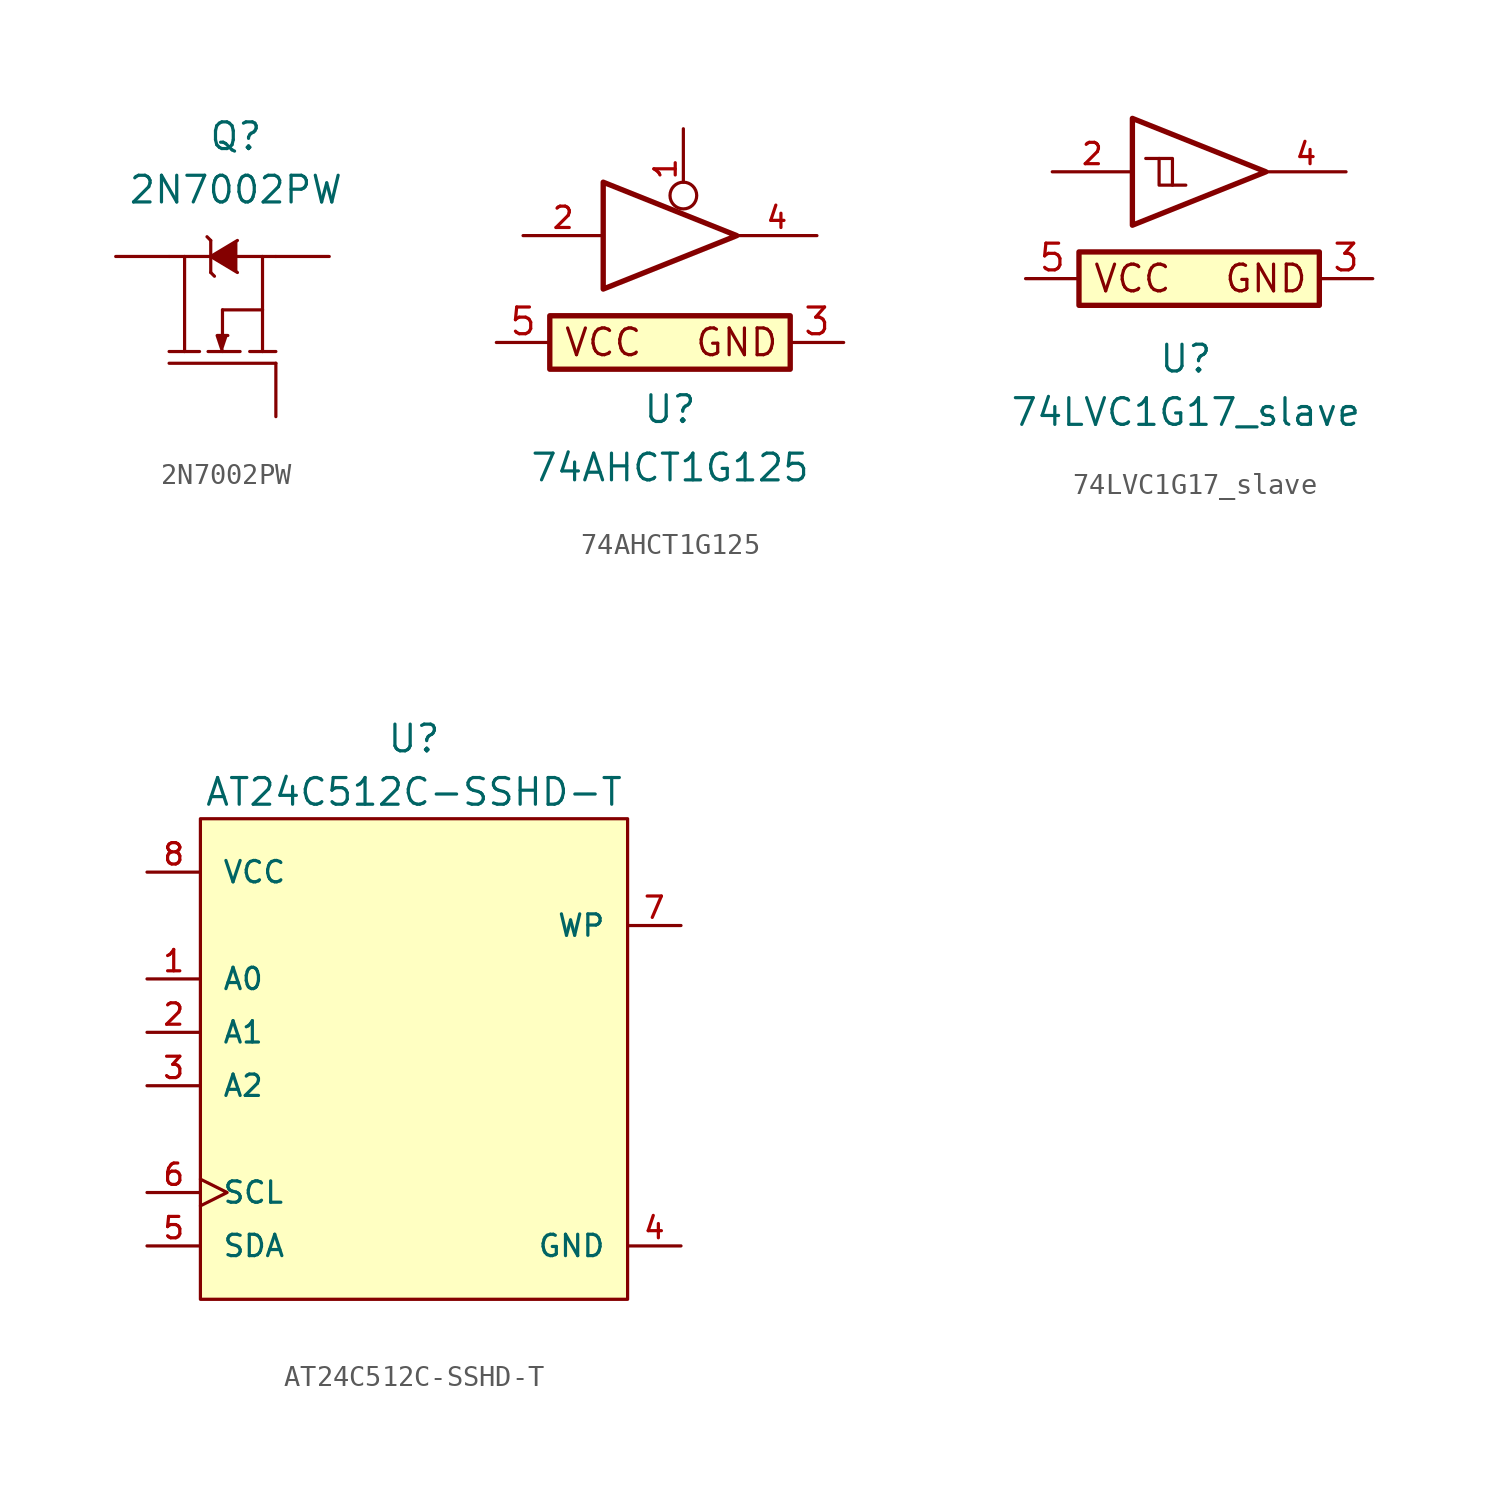
<source format=kicad_sym>
(kicad_symbol_lib
  (version 20231120)
  (generator "kicad_symbol_editor")
  (generator_version "8.0")
  (symbol "2N7002PW"
    (property "Reference" "Q"
      (at 0 8.89 0)
      (effects (font (size 1.27 1.27))))
    (property "Value" "2N7002PW"
      (at 0 6.35 0)
      (effects (font (size 1.27 1.27))))
    (symbol "2N7002PW_1_0"
      (polyline (pts (xy -3.175 -1.346) (xy -2.438 -1.346)) (stroke (width 0.152) (type default)) (fill (type none)))
      (polyline (pts (xy -3.175 3.175) (xy -2.438 3.175)) (stroke (width 0.152) (type default)) (fill (type none)))
      (polyline (pts (xy -2.438 -1.346) (xy -2.438 3.175)) (stroke (width 0.152) (type default)) (fill (type none)))
      (polyline (pts (xy -2.438 -1.346) (xy -1.727 -1.346)) (stroke (width 0.152) (type default)) (fill (type none)))
      (polyline (pts (xy -2.438 3.175) (xy -1.194 3.175)) (stroke (width 0.152) (type default)) (fill (type none)))
      (polyline (pts (xy -1.321 -1.346) (xy 0.203 -1.346)) (stroke (width 0.152) (type default)) (fill (type none)))
      (polyline (pts (xy -1.194 3.175) (xy -1.194 2.413)) (stroke (width 0.152) (type default)) (fill (type none)))
      (polyline (pts (xy -1.194 3.175) (xy -1.194 3.937)) (stroke (width 0.152) (type default)) (fill (type none)))
      (polyline (pts (xy -1.194 3.937) (xy -1.372 4.115)) (stroke (width 0.152) (type default)) (fill (type none)))
      (polyline (pts (xy -1.016 2.235) (xy -1.194 2.413)) (stroke (width 0.152) (type default)) (fill (type none)))
      (polyline (pts (xy -0.635 0.635) (xy -0.635 -0.584)) (stroke (width 0.152) (type default)) (fill (type none)))
      (polyline (pts (xy 0.076 3.175) (xy 1.27 3.175)) (stroke (width 0.152) (type default)) (fill (type none)))
      (polyline (pts (xy 0.66 -1.346) (xy 1.27 -1.346)) (stroke (width 0.152) (type default)) (fill (type none)))
      (polyline (pts (xy 1.27 -1.346) (xy 1.27 0.635)) (stroke (width 0.152) (type default)) (fill (type none)))
      (polyline (pts (xy 1.27 -1.346) (xy 1.905 -1.346)) (stroke (width 0.152) (type default)) (fill (type none)))
      (polyline (pts (xy 1.27 0.635) (xy -0.635 0.635)) (stroke (width 0.152) (type default)) (fill (type none)))
      (polyline (pts (xy 1.27 3.175) (xy 1.27 0.635)) (stroke (width 0.152) (type default)) (fill (type none)))
      (polyline (pts (xy 1.905 -1.905) (xy -3.175 -1.905)) (stroke (width 0.152) (type default)) (fill (type none)))
      (polyline (pts (xy 1.905 3.175) (xy 1.27 3.175)) (stroke (width 0.152) (type default)) (fill (type none)))
      (polyline (pts (xy -0.635 -1.346) (xy -0.889 -0.584) (xy -0.381 -0.584)) (stroke (width 0) (type default)) (fill (type outline)))
      (polyline (pts (xy 0.076 2.413) (xy -1.194 3.175) (xy 0.076 3.937)) (stroke (width 0) (type default)) (fill (type outline)))
      (pin bidirectional line (at 1.905 -4.445 90) (length 2.54) (name "G" (effects (font (size 0 0)))) (number "1" (effects (font (size 0 0)))))
      (pin bidirectional line (at 4.445 3.175 180) (length 2.54) (name "S" (effects (font (size 0 0)))) (number "2" (effects (font (size 0 0)))))
      (pin bidirectional line (at -5.715 3.175 0) (length 2.54) (name "D" (effects (font (size 0 0)))) (number "3" (effects (font (size 0 0)))))))
  (symbol "74AHCT1G125"
    (pin_names
      (offset 1.016))
    (property "Reference" "U"
      (at -0.635 -8.255 0)
      (effects (font (size 1.27 1.27))))
    (property "Value" "74AHCT1G125"
      (at -0.635 -11.03 0)
      (effects (font (size 1.27 1.27))))
    (symbol "74AHCT1G125_0_0"
      (text "GND" (at 2.54 -5.08 0) (effects (font (size 1.27 1.27))))
      (text "VCC" (at -3.81 -5.08 0) (effects (font (size 1.27 1.27)))))
    (symbol "74AHCT1G125_0_1"
      (rectangle (start -6.35 -3.81) (end 5.08 -6.35) (stroke (width 0.254) (type default)) (fill (type background)))
      (polyline (pts (xy -3.81 2.54) (xy -3.81 -2.54) (xy 2.54 0) (xy -3.81 2.54)) (stroke (width 0.254) (type default)) (fill (type none))))
    (symbol "74AHCT1G125_1_1"
      (pin input inverted (at 0 5.08 270) (length 3.81) (name "~" (effects (font (size 1.016 1.016)))) (number "1" (effects (font (size 1.016 1.016)))))
      (pin input line (at -7.62 0 0) (length 3.81) (name "~" (effects (font (size 1.016 1.016)))) (number "2" (effects (font (size 1.016 1.016)))))
      (pin output line (at 7.62 -5.08 180) (length 2.54) (name "" (effects (font (size 1.27 1.27)))) (number "3" (effects (font (size 1.27 1.27)))))
      (pin power_in line (at 1.27 -1.27 270) (length 0) hide (name "GND" (effects (font (size 1.016 1.016)))) (number "3" (effects (font (size 1.016 1.016)))))
      (pin tri_state line (at 6.35 0 180) (length 3.81) (name "~" (effects (font (size 1.016 1.016)))) (number "4" (effects (font (size 1.016 1.016)))))
      (pin input line (at -8.89 -5.08 0) (length 2.54) (name "" (effects (font (size 1.27 1.27)))) (number "5" (effects (font (size 1.27 1.27)))))
      (pin power_in line (at 1.27 1.27 90) (length 0) hide (name "VCC" (effects (font (size 1.016 1.016)))) (number "5" (effects (font (size 1.016 1.016)))))))
  (symbol "74LVC1G17_slave"
    (pin_names
      (offset 1.016))
    (property "Reference" "U"
      (at 0 -8.89 0)
      (effects (font (size 1.27 1.27))))
    (property "Value" "74LVC1G17_slave"
      (at 0 -11.43 0)
      (effects (font (size 1.27 1.27))))
    (symbol "74LVC1G17_slave_0_0"
      (text "GND" (at 3.81 -5.08 0) (effects (font (size 1.27 1.27))))
      (text "VCC" (at -2.54 -5.08 0) (effects (font (size 1.27 1.27)))))
    (symbol "74LVC1G17_slave_0_1"
      (rectangle (start -5.08 -3.81) (end 6.35 -6.35) (stroke (width 0.254) (type default)) (fill (type background)))
      (polyline (pts (xy -1.27 0.635) (xy -0.635 0.635) (xy -0.635 -0.635)) (stroke (width 0) (type default)) (fill (type none)))
      (polyline (pts (xy -2.54 2.54) (xy -2.54 -2.54) (xy 3.81 0) (xy -2.54 2.54)) (stroke (width 0.254) (type default)) (fill (type none)))
      (polyline (pts (xy -1.905 0.635) (xy -1.27 0.635) (xy -1.27 -0.635) (xy 0 -0.635)) (stroke (width 0) (type default)) (fill (type none))))
    (symbol "74LVC1G17_slave_1_1"
      (pin input line (at -6.35 0 0) (length 3.81) (name "~" (effects (font (size 1.016 1.016)))) (number "2" (effects (font (size 1.016 1.016)))))
      (pin output line (at 8.89 -5.08 180) (length 2.54) (name "" (effects (font (size 1.27 1.27)))) (number "3" (effects (font (size 1.27 1.27)))))
      (pin output line (at 7.62 0 180) (length 3.81) (name "~" (effects (font (size 1.016 1.016)))) (number "4" (effects (font (size 1.016 1.016)))))
      (pin input line (at -7.62 -5.08 0) (length 2.54) (name "" (effects (font (size 1.27 1.27)))) (number "5" (effects (font (size 1.27 1.27)))))))
  (symbol "AT24C512C-SSHD-T"
    (pin_names
      (offset 1.016))
    (property "Reference" "U"
      (at 0 6.35 0)
      (effects (font (size 1.27 1.27))))
    (property "Value" "AT24C512C-SSHD-T"
      (at 0 3.81 0)
      (effects (font (size 1.27 1.27))))
    (symbol "AT24C512C-SSHD-T_1_1"
      (rectangle (start -10.16 2.54) (end 10.16 -20.32) (stroke (width 0) (type solid)) (fill (type background)))
      (pin input line (at -12.7 -5.08 0) (length 2.54) (name "A0" (effects (font (size 1.016 1.016)))) (number "1" (effects (font (size 1.016 1.016)))))
      (pin input line (at -12.7 -7.62 0) (length 2.54) (name "A1" (effects (font (size 1.016 1.016)))) (number "2" (effects (font (size 1.016 1.016)))))
      (pin input line (at -12.7 -10.16 0) (length 2.54) (name "A2" (effects (font (size 1.016 1.016)))) (number "3" (effects (font (size 1.016 1.016)))))
      (pin power_in line (at 12.7 -17.78 180) (length 2.54) (name "GND" (effects (font (size 1.016 1.016)))) (number "4" (effects (font (size 1.016 1.016)))))
      (pin bidirectional line (at -12.7 -17.78 0) (length 2.54) (name "SDA" (effects (font (size 1.016 1.016)))) (number "5" (effects (font (size 1.016 1.016)))))
      (pin input clock (at -12.7 -15.24 0) (length 2.54) (name "SCL" (effects (font (size 1.016 1.016)))) (number "6" (effects (font (size 1.016 1.016)))))
      (pin input line (at 12.7 -2.54 180) (length 2.54) (name "WP" (effects (font (size 1.016 1.016)))) (number "7" (effects (font (size 1.016 1.016)))))
      (pin power_in line (at -12.7 0 0) (length 2.54) (name "VCC" (effects (font (size 1.016 1.016)))) (number "8" (effects (font (size 1.016 1.016))))))))
</source>
